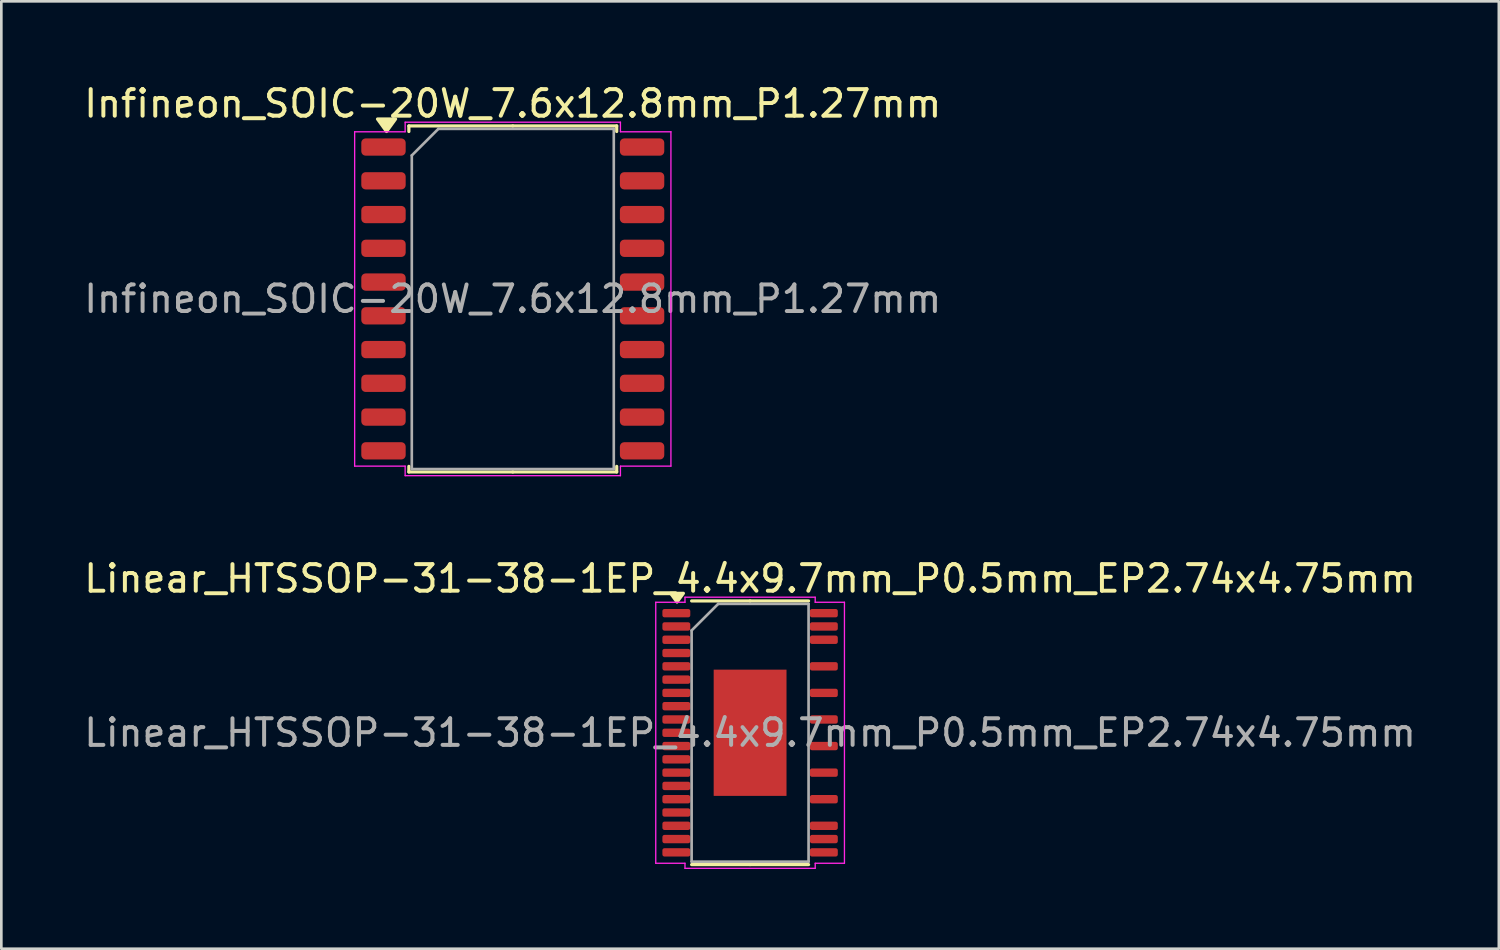
<source format=kicad_pcb>
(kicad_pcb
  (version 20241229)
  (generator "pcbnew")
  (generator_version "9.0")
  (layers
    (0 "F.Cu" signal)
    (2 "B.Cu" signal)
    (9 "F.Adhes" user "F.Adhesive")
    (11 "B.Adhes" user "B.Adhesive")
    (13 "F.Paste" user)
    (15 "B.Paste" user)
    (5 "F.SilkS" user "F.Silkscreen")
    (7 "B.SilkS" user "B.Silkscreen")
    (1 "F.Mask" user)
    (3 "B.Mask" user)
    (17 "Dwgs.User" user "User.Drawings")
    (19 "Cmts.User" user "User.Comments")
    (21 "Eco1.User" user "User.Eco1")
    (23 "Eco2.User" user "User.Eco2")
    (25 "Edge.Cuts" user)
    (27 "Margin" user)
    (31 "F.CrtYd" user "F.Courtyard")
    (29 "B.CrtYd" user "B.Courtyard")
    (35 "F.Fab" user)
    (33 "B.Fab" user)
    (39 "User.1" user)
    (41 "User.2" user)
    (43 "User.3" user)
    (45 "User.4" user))
  (footprint "Linear_HTSSOP-31-38-1EP_4.4x9.7mm_P0.5mm_EP2.74x4.75mm"
    (layer "F.Cu")
    (at 25.173 24.521)
    (property "Reference" "Linear_HTSSOP-31-38-1EP_4.4x9.7mm_P0.5mm_EP2.74x4.75mm" (at 0 -5.8 0) (layer "F.SilkS") (effects (font (size 1 1) (thickness 0.15))))
    (attr smd)
    (fp_line (start 0 -4.96) (end -2.2 -4.96) (stroke (width 0.12) (type solid)) (layer "F.SilkS"))
    (fp_line (start 0 -4.96) (end 2.2 -4.96) (stroke (width 0.12) (type solid)) (layer "F.SilkS"))
    (fp_line (start 0 4.96) (end -2.2 4.96) (stroke (width 0.12) (type solid)) (layer "F.SilkS"))
    (fp_line (start 0 4.96) (end 2.2 4.96) (stroke (width 0.12) (type solid)) (layer "F.SilkS"))
    (fp_poly (pts (xy -2.75 -4.918) (xy -2.99 -5.247) (xy -2.51 -5.247)) (stroke (width 0.12) (type solid)) (fill yes) (layer "F.SilkS"))
    (fp_line (start -3.55 -4.91) (end -2.45 -4.91) (stroke (width 0.05) (type solid)) (layer "F.CrtYd"))
    (fp_line (start -3.55 4.91) (end -3.55 -4.91) (stroke (width 0.05) (type solid)) (layer "F.CrtYd"))
    (fp_line (start -2.45 -5.1) (end 2.45 -5.1) (stroke (width 0.05) (type solid)) (layer "F.CrtYd"))
    (fp_line (start -2.45 -4.91) (end -2.45 -5.1) (stroke (width 0.05) (type solid)) (layer "F.CrtYd"))
    (fp_line (start -2.45 4.91) (end -3.55 4.91) (stroke (width 0.05) (type solid)) (layer "F.CrtYd"))
    (fp_line (start -2.45 5.1) (end -2.45 4.91) (stroke (width 0.05) (type solid)) (layer "F.CrtYd"))
    (fp_line (start 2.45 -5.1) (end 2.45 -4.91) (stroke (width 0.05) (type solid)) (layer "F.CrtYd"))
    (fp_line (start 2.45 -4.91) (end 3.55 -4.91) (stroke (width 0.05) (type solid)) (layer "F.CrtYd"))
    (fp_line (start 2.45 4.91) (end 2.45 5.1) (stroke (width 0.05) (type solid)) (layer "F.CrtYd"))
    (fp_line (start 2.45 5.1) (end -2.45 5.1) (stroke (width 0.05) (type solid)) (layer "F.CrtYd"))
    (fp_line (start 3.55 -4.91) (end 3.55 4.91) (stroke (width 0.05) (type solid)) (layer "F.CrtYd"))
    (fp_line (start 3.55 4.91) (end 2.45 4.91) (stroke (width 0.05) (type solid)) (layer "F.CrtYd"))
    (fp_line (start -2.2 -3.85) (end -1.2 -4.85) (stroke (width 0.1) (type solid)) (layer "F.Fab"))
    (fp_line (start -2.2 4.85) (end -2.2 -3.85) (stroke (width 0.1) (type solid)) (layer "F.Fab"))
    (fp_line (start -1.2 -4.85) (end 2.2 -4.85) (stroke (width 0.1) (type solid)) (layer "F.Fab"))
    (fp_line (start 2.2 -4.85) (end 2.2 4.85) (stroke (width 0.1) (type solid)) (layer "F.Fab"))
    (fp_line (start 2.2 4.85) (end -2.2 4.85) (stroke (width 0.1) (type solid)) (layer "F.Fab"))
    (fp_text user "${REFERENCE}" (at 0 0 0) (layer "F.Fab") (effects (font (size 1 1) (thickness 0.15))))
    (pad "" smd roundrect (at -0.685 -1.58) (size 1.1 1.28) (layers "F.Paste") (roundrect_rratio 0.227))
    (pad "" smd roundrect (at -0.685 0) (size 1.1 1.28) (layers "F.Paste") (roundrect_rratio 0.227))
    (pad "" smd roundrect (at -0.685 1.58) (size 1.1 1.28) (layers "F.Paste") (roundrect_rratio 0.227))
    (pad "" smd roundrect (at 0.685 -1.58) (size 1.1 1.28) (layers "F.Paste") (roundrect_rratio 0.227))
    (pad "" smd roundrect (at 0.685 0) (size 1.1 1.28) (layers "F.Paste") (roundrect_rratio 0.227))
    (pad "" smd roundrect (at 0.685 1.58) (size 1.1 1.28) (layers "F.Paste") (roundrect_rratio 0.227))
    (pad "1" smd roundrect (at -2.775 -4.5) (size 1.05 0.315) (layers "F.Cu" "F.Mask" "F.Paste") (roundrect_rratio 0.25))
    (pad "2" smd roundrect (at -2.775 -4) (size 1.05 0.315) (layers "F.Cu" "F.Mask" "F.Paste") (roundrect_rratio 0.25))
    (pad "3" smd roundrect (at -2.775 -3.5) (size 1.05 0.315) (layers "F.Cu" "F.Mask" "F.Paste") (roundrect_rratio 0.25))
    (pad "4" smd roundrect (at -2.775 -3) (size 1.05 0.315) (layers "F.Cu" "F.Mask" "F.Paste") (roundrect_rratio 0.25))
    (pad "5" smd roundrect (at -2.775 -2.5) (size 1.05 0.315) (layers "F.Cu" "F.Mask" "F.Paste") (roundrect_rratio 0.25))
    (pad "6" smd roundrect (at -2.775 -2) (size 1.05 0.315) (layers "F.Cu" "F.Mask" "F.Paste") (roundrect_rratio 0.25))
    (pad "7" smd roundrect (at -2.775 -1.5) (size 1.05 0.315) (layers "F.Cu" "F.Mask" "F.Paste") (roundrect_rratio 0.25))
    (pad "8" smd roundrect (at -2.775 -1) (size 1.05 0.315) (layers "F.Cu" "F.Mask" "F.Paste") (roundrect_rratio 0.25))
    (pad "9" smd roundrect (at -2.775 -0.5) (size 1.05 0.315) (layers "F.Cu" "F.Mask" "F.Paste") (roundrect_rratio 0.25))
    (pad "10" smd roundrect (at -2.775 0) (size 1.05 0.315) (layers "F.Cu" "F.Mask" "F.Paste") (roundrect_rratio 0.25))
    (pad "11" smd roundrect (at -2.775 0.5) (size 1.05 0.315) (layers "F.Cu" "F.Mask" "F.Paste") (roundrect_rratio 0.25))
    (pad "12" smd roundrect (at -2.775 1) (size 1.05 0.315) (layers "F.Cu" "F.Mask" "F.Paste") (roundrect_rratio 0.25))
    (pad "13" smd roundrect (at -2.775 1.5) (size 1.05 0.315) (layers "F.Cu" "F.Mask" "F.Paste") (roundrect_rratio 0.25))
    (pad "14" smd roundrect (at -2.775 2) (size 1.05 0.315) (layers "F.Cu" "F.Mask" "F.Paste") (roundrect_rratio 0.25))
    (pad "15" smd roundrect (at -2.775 2.5) (size 1.05 0.315) (layers "F.Cu" "F.Mask" "F.Paste") (roundrect_rratio 0.25))
    (pad "16" smd roundrect (at -2.775 3) (size 1.05 0.315) (layers "F.Cu" "F.Mask" "F.Paste") (roundrect_rratio 0.25))
    (pad "17" smd roundrect (at -2.775 3.5) (size 1.05 0.315) (layers "F.Cu" "F.Mask" "F.Paste") (roundrect_rratio 0.25))
    (pad "18" smd roundrect (at -2.775 4) (size 1.05 0.315) (layers "F.Cu" "F.Mask" "F.Paste") (roundrect_rratio 0.25))
    (pad "19" smd roundrect (at -2.775 4.5) (size 1.05 0.315) (layers "F.Cu" "F.Mask" "F.Paste") (roundrect_rratio 0.25))
    (pad "20" smd roundrect (at 2.775 4.5) (size 1.05 0.315) (layers "F.Cu" "F.Mask" "F.Paste") (roundrect_rratio 0.25))
    (pad "21" smd roundrect (at 2.775 4) (size 1.05 0.315) (layers "F.Cu" "F.Mask" "F.Paste") (roundrect_rratio 0.25))
    (pad "22" smd roundrect (at 2.775 3.5) (size 1.05 0.315) (layers "F.Cu" "F.Mask" "F.Paste") (roundrect_rratio 0.25))
    (pad "24" smd roundrect (at 2.775 2.5) (size 1.05 0.315) (layers "F.Cu" "F.Mask" "F.Paste") (roundrect_rratio 0.25))
    (pad "26" smd roundrect (at 2.775 1.5) (size 1.05 0.315) (layers "F.Cu" "F.Mask" "F.Paste") (roundrect_rratio 0.25))
    (pad "28" smd roundrect (at 2.775 0.5) (size 1.05 0.315) (layers "F.Cu" "F.Mask" "F.Paste") (roundrect_rratio 0.25))
    (pad "30" smd roundrect (at 2.775 -0.5) (size 1.05 0.315) (layers "F.Cu" "F.Mask" "F.Paste") (roundrect_rratio 0.25))
    (pad "32" smd roundrect (at 2.775 -1.5) (size 1.05 0.315) (layers "F.Cu" "F.Mask" "F.Paste") (roundrect_rratio 0.25))
    (pad "34" smd roundrect (at 2.775 -2.5) (size 1.05 0.315) (layers "F.Cu" "F.Mask" "F.Paste") (roundrect_rratio 0.25))
    (pad "36" smd roundrect (at 2.775 -3.5) (size 1.05 0.315) (layers "F.Cu" "F.Mask" "F.Paste") (roundrect_rratio 0.25))
    (pad "37" smd roundrect (at 2.775 -4) (size 1.05 0.315) (layers "F.Cu" "F.Mask" "F.Paste") (roundrect_rratio 0.25))
    (pad "38" smd roundrect (at 2.775 -4.5) (size 1.05 0.315) (layers "F.Cu" "F.Mask" "F.Paste") (roundrect_rratio 0.25))
    (pad "39" smd rect (at 0 0) (size 2.74 4.75) (property pad_prop_heatsink) (layers "F.Cu" "F.Mask")))
  (footprint "Infineon_SOIC-20W_7.6x12.8mm_P1.27mm"
    (layer "F.Cu")
    (at 16.244 8.198)
    (property "Reference" "Infineon_SOIC-20W_7.6x12.8mm_P1.27mm" (at 0 -7.35 0) (layer "F.SilkS") (effects (font (size 1 1) (thickness 0.15))))
    (attr smd)
    (fp_line (start -3.91 -6.51) (end -3.91 -6.3) (stroke (width 0.12) (type solid)) (layer "F.SilkS"))
    (fp_line (start -3.91 6.51) (end -3.91 6.3) (stroke (width 0.12) (type solid)) (layer "F.SilkS"))
    (fp_line (start 0 -6.51) (end -3.91 -6.51) (stroke (width 0.12) (type solid)) (layer "F.SilkS"))
    (fp_line (start 0 -6.51) (end 3.91 -6.51) (stroke (width 0.12) (type solid)) (layer "F.SilkS"))
    (fp_line (start 0 6.51) (end -3.91 6.51) (stroke (width 0.12) (type solid)) (layer "F.SilkS"))
    (fp_line (start 0 6.51) (end 3.91 6.51) (stroke (width 0.12) (type solid)) (layer "F.SilkS"))
    (fp_line (start 3.91 -6.51) (end 3.91 -6.3) (stroke (width 0.12) (type solid)) (layer "F.SilkS"))
    (fp_line (start 3.91 6.51) (end 3.91 6.3) (stroke (width 0.12) (type solid)) (layer "F.SilkS"))
    (fp_poly (pts (xy -4.75 -6.3) (xy -5.09 -6.77) (xy -4.41 -6.77)) (stroke (width 0.12) (type solid)) (fill yes) (layer "F.SilkS"))
    (fp_line (start -5.95 -6.29) (end -4.05 -6.29) (stroke (width 0.05) (type solid)) (layer "F.CrtYd"))
    (fp_line (start -5.95 6.29) (end -5.95 -6.29) (stroke (width 0.05) (type solid)) (layer "F.CrtYd"))
    (fp_line (start -4.05 -6.65) (end 4.05 -6.65) (stroke (width 0.05) (type solid)) (layer "F.CrtYd"))
    (fp_line (start -4.05 -6.29) (end -4.05 -6.65) (stroke (width 0.05) (type solid)) (layer "F.CrtYd"))
    (fp_line (start -4.05 6.29) (end -5.95 6.29) (stroke (width 0.05) (type solid)) (layer "F.CrtYd"))
    (fp_line (start -4.05 6.65) (end -4.05 6.29) (stroke (width 0.05) (type solid)) (layer "F.CrtYd"))
    (fp_line (start 4.05 -6.65) (end 4.05 -6.29) (stroke (width 0.05) (type solid)) (layer "F.CrtYd"))
    (fp_line (start 4.05 -6.29) (end 5.95 -6.29) (stroke (width 0.05) (type solid)) (layer "F.CrtYd"))
    (fp_line (start 4.05 6.29) (end 4.05 6.65) (stroke (width 0.05) (type solid)) (layer "F.CrtYd"))
    (fp_line (start 4.05 6.65) (end -4.05 6.65) (stroke (width 0.05) (type solid)) (layer "F.CrtYd"))
    (fp_line (start 5.95 -6.29) (end 5.95 6.29) (stroke (width 0.05) (type solid)) (layer "F.CrtYd"))
    (fp_line (start 5.95 6.29) (end 4.05 6.29) (stroke (width 0.05) (type solid)) (layer "F.CrtYd"))
    (fp_line (start -3.8 -5.4) (end -2.8 -6.4) (stroke (width 0.1) (type solid)) (layer "F.Fab"))
    (fp_line (start -3.8 6.4) (end -3.8 -5.4) (stroke (width 0.1) (type solid)) (layer "F.Fab"))
    (fp_line (start -2.8 -6.4) (end 3.8 -6.4) (stroke (width 0.1) (type solid)) (layer "F.Fab"))
    (fp_line (start 3.8 -6.4) (end 3.8 6.4) (stroke (width 0.1) (type solid)) (layer "F.Fab"))
    (fp_line (start 3.8 6.4) (end -3.8 6.4) (stroke (width 0.1) (type solid)) (layer "F.Fab"))
    (fp_text user "${REFERENCE}" (at 0 0 0) (layer "F.Fab") (effects (font (size 1 1) (thickness 0.15))))
    (pad "1" smd roundrect (at -4.865 -5.715) (size 1.67 0.65) (layers "F.Cu" "F.Mask" "F.Paste") (roundrect_rratio 0.25))
    (pad "2" smd roundrect (at -4.865 -4.445) (size 1.67 0.65) (layers "F.Cu" "F.Mask" "F.Paste") (roundrect_rratio 0.25))
    (pad "3" smd roundrect (at -4.865 -3.175) (size 1.67 0.65) (layers "F.Cu" "F.Mask" "F.Paste") (roundrect_rratio 0.25))
    (pad "4" smd roundrect (at -4.865 -1.905) (size 1.67 0.65) (layers "F.Cu" "F.Mask" "F.Paste") (roundrect_rratio 0.25))
    (pad "5" smd roundrect (at -4.865 -0.635) (size 1.67 0.65) (layers "F.Cu" "F.Mask" "F.Paste") (roundrect_rratio 0.25))
    (pad "6" smd roundrect (at -4.865 0.635) (size 1.67 0.65) (layers "F.Cu" "F.Mask" "F.Paste") (roundrect_rratio 0.25))
    (pad "7" smd roundrect (at -4.865 1.905) (size 1.67 0.65) (layers "F.Cu" "F.Mask" "F.Paste") (roundrect_rratio 0.25))
    (pad "8" smd roundrect (at -4.865 3.175) (size 1.67 0.65) (layers "F.Cu" "F.Mask" "F.Paste") (roundrect_rratio 0.25))
    (pad "9" smd roundrect (at -4.865 4.445) (size 1.67 0.65) (layers "F.Cu" "F.Mask" "F.Paste") (roundrect_rratio 0.25))
    (pad "10" smd roundrect (at -4.865 5.715) (size 1.67 0.65) (layers "F.Cu" "F.Mask" "F.Paste") (roundrect_rratio 0.25))
    (pad "11" smd roundrect (at 4.865 5.715) (size 1.67 0.65) (layers "F.Cu" "F.Mask" "F.Paste") (roundrect_rratio 0.25))
    (pad "12" smd roundrect (at 4.865 4.445) (size 1.67 0.65) (layers "F.Cu" "F.Mask" "F.Paste") (roundrect_rratio 0.25))
    (pad "13" smd roundrect (at 4.865 3.175) (size 1.67 0.65) (layers "F.Cu" "F.Mask" "F.Paste") (roundrect_rratio 0.25))
    (pad "14" smd roundrect (at 4.865 1.905) (size 1.67 0.65) (layers "F.Cu" "F.Mask" "F.Paste") (roundrect_rratio 0.25))
    (pad "15" smd roundrect (at 4.865 0.635) (size 1.67 0.65) (layers "F.Cu" "F.Mask" "F.Paste") (roundrect_rratio 0.25))
    (pad "16" smd roundrect (at 4.865 -0.635) (size 1.67 0.65) (layers "F.Cu" "F.Mask" "F.Paste") (roundrect_rratio 0.25))
    (pad "17" smd roundrect (at 4.865 -1.905) (size 1.67 0.65) (layers "F.Cu" "F.Mask" "F.Paste") (roundrect_rratio 0.25))
    (pad "18" smd roundrect (at 4.865 -3.175) (size 1.67 0.65) (layers "F.Cu" "F.Mask" "F.Paste") (roundrect_rratio 0.25))
    (pad "19" smd roundrect (at 4.865 -4.445) (size 1.67 0.65) (layers "F.Cu" "F.Mask" "F.Paste") (roundrect_rratio 0.25))
    (pad "20" smd roundrect (at 4.865 -5.715) (size 1.67 0.65) (layers "F.Cu" "F.Mask" "F.Paste") (roundrect_rratio 0.25)))
  (gr_rect
    (start -3 -3)
    (end 53.345 32.647)
    (stroke (width 0.1) (type default))
    (fill no)
    (layer "Edge.Cuts")))
</source>
